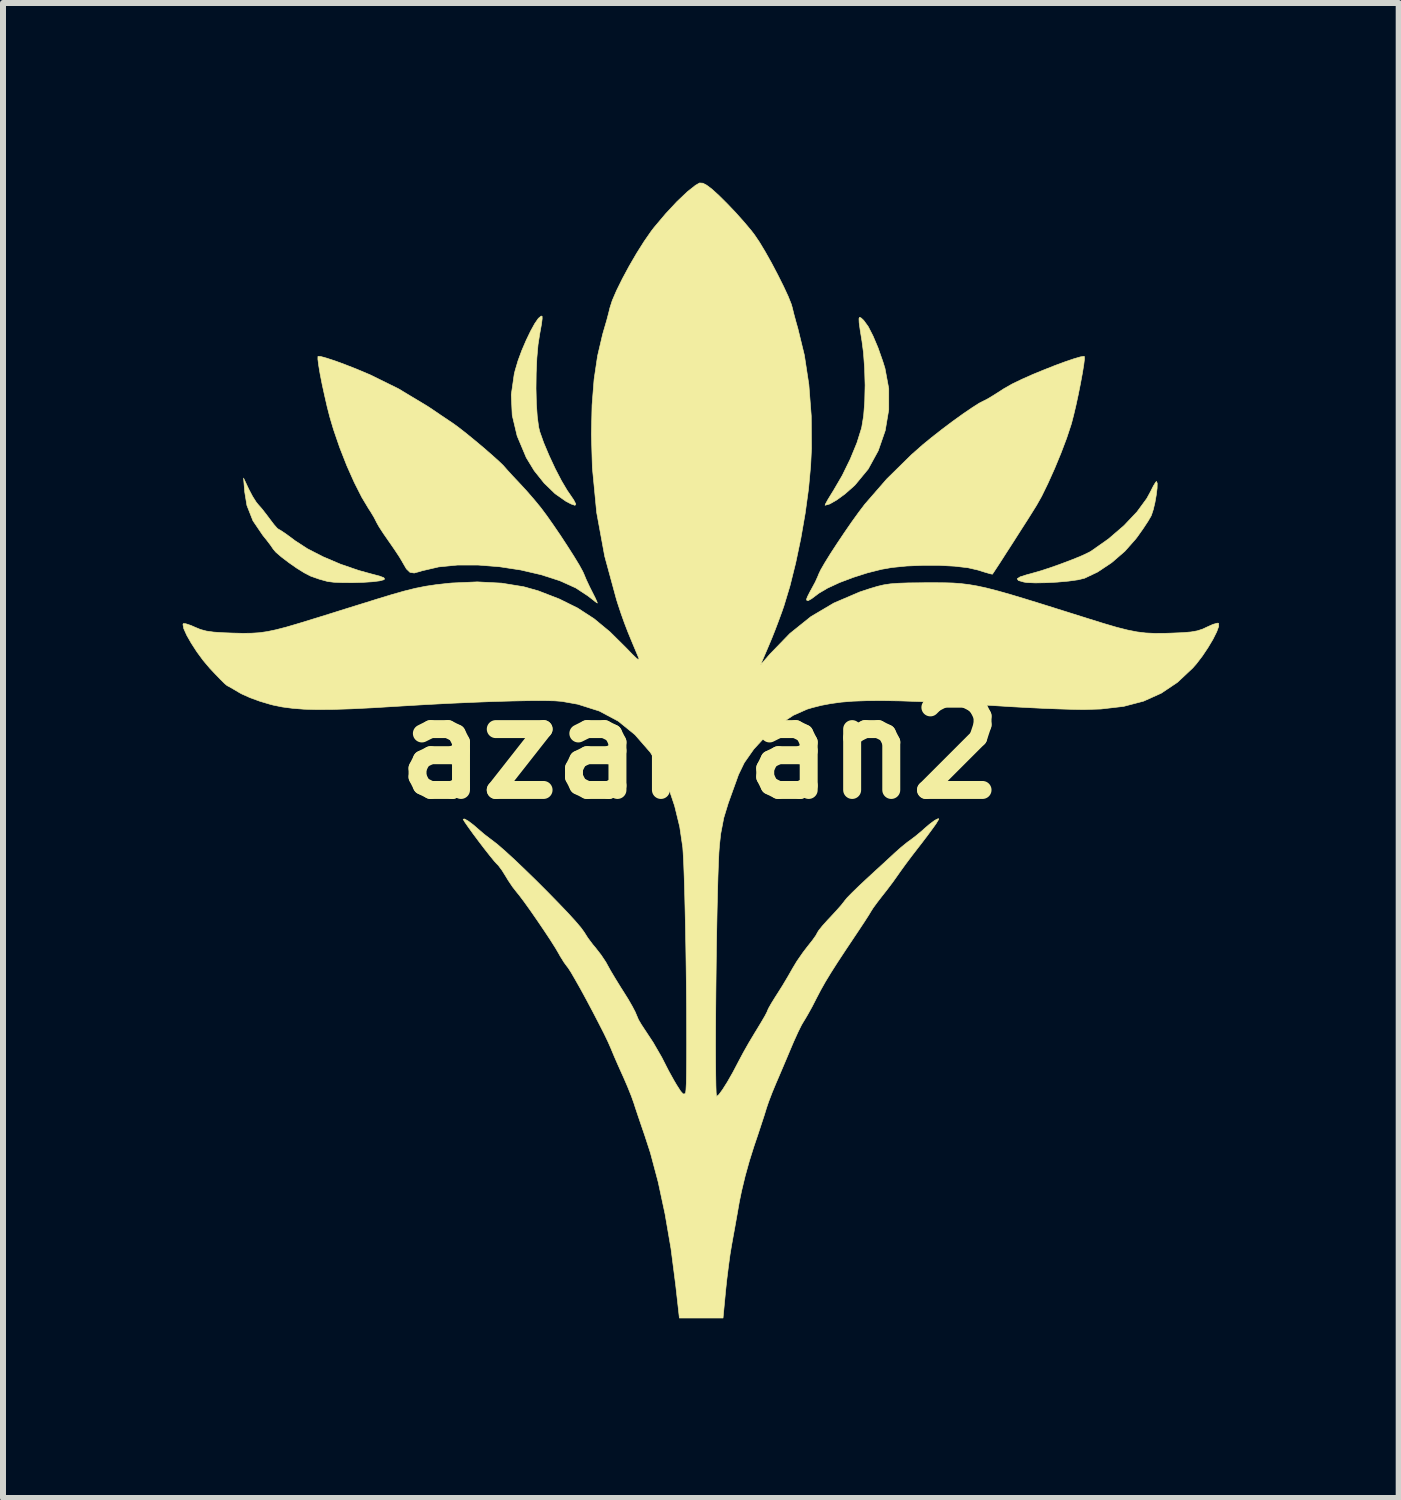
<source format=kicad_pcb>
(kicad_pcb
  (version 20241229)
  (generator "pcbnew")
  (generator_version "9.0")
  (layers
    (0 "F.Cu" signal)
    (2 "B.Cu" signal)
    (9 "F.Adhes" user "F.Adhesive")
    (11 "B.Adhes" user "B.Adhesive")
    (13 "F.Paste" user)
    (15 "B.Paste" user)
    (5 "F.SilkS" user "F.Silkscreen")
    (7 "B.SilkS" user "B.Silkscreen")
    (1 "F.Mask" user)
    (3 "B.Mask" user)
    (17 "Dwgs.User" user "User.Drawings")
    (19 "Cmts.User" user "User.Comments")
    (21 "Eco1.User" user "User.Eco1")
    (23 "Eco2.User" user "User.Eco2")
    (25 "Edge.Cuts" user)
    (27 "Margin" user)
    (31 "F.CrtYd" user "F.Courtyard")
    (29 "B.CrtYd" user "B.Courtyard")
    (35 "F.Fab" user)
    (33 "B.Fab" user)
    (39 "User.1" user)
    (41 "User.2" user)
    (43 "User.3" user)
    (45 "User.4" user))
  (footprint "azafran2"
    (layer "F.Cu")
    (at 8.639 9.451)
    (property "Reference" "azafran2" (at 0 0 0) (layer "F.SilkS") (effects (font (size 1.524 1.524) (thickness 0.3))))
    (attr through_hole)
    (fp_poly (pts (xy 2.692 -7.19) (xy 2.735 -7.149) (xy 2.736 -7.147) (xy 2.808 -7.048) (xy 2.888 -6.892) (xy 2.972 -6.694) (xy 3.051 -6.469) (xy 3.088 -6.351) (xy 3.151 -6.012) (xy 3.151 -5.661) (xy 3.092 -5.311) (xy 2.976 -4.976) (xy 2.808 -4.669) (xy 2.59 -4.405) (xy 2.563 -4.379) (xy 2.42 -4.253) (xy 2.283 -4.153) (xy 2.166 -4.086) (xy 2.088 -4.064) (xy 2.098 -4.092) (xy 2.139 -4.166) (xy 2.204 -4.272) (xy 2.227 -4.309) (xy 2.374 -4.561) (xy 2.508 -4.835) (xy 2.62 -5.107) (xy 2.696 -5.35) (xy 2.701 -5.372) (xy 2.732 -5.561) (xy 2.75 -5.8) (xy 2.756 -6.069) (xy 2.748 -6.347) (xy 2.729 -6.613) (xy 2.704 -6.804) (xy 2.674 -6.989) (xy 2.657 -7.112) (xy 2.654 -7.181) (xy 2.665 -7.204) (xy 2.692 -7.19)) (stroke (width 0.01) (type solid)) (fill yes) (layer "F.SilkS"))
    (fp_poly (pts (xy -2.637 -7.22) (xy -2.636 -7.179) (xy -2.648 -7.085) (xy -2.671 -6.958) (xy -2.676 -6.931) (xy -2.705 -6.746) (xy -2.725 -6.52) (xy -2.736 -6.27) (xy -2.739 -6.013) (xy -2.733 -5.766) (xy -2.718 -5.546) (xy -2.695 -5.371) (xy -2.676 -5.292) (xy -2.61 -5.106) (xy -2.52 -4.893) (xy -2.418 -4.674) (xy -2.313 -4.472) (xy -2.217 -4.31) (xy -2.191 -4.273) (xy -2.109 -4.152) (xy -2.074 -4.084) (xy -2.088 -4.063) (xy -2.152 -4.085) (xy -2.237 -4.129) (xy -2.419 -4.256) (xy -2.602 -4.433) (xy -2.769 -4.642) (xy -2.904 -4.864) (xy -2.904 -4.866) (xy -3.054 -5.222) (xy -3.136 -5.567) (xy -3.152 -5.909) (xy -3.102 -6.258) (xy -3.087 -6.317) (xy -3.039 -6.479) (xy -2.976 -6.649) (xy -2.904 -6.817) (xy -2.83 -6.971) (xy -2.76 -7.098) (xy -2.699 -7.186) (xy -2.653 -7.224) (xy -2.637 -7.22)) (stroke (width 0.01) (type solid)) (fill yes) (layer "F.SilkS"))
    (fp_poly (pts (xy 7.634 -4.431) (xy 7.632 -4.349) (xy 7.618 -4.236) (xy 7.596 -4.11) (xy 7.568 -3.992) (xy 7.538 -3.901) (xy 7.53 -3.883) (xy 7.478 -3.794) (xy 7.396 -3.67) (xy 7.301 -3.536) (xy 7.275 -3.502) (xy 7.093 -3.296) (xy 6.873 -3.106) (xy 6.637 -2.949) (xy 6.42 -2.846) (xy 6.313 -2.82) (xy 6.155 -2.798) (xy 5.968 -2.781) (xy 5.775 -2.771) (xy 5.597 -2.768) (xy 5.456 -2.774) (xy 5.407 -2.782) (xy 5.316 -2.808) (xy 5.296 -2.837) (xy 5.345 -2.869) (xy 5.465 -2.907) (xy 5.504 -2.917) (xy 5.658 -2.96) (xy 5.841 -3.019) (xy 6.035 -3.088) (xy 6.222 -3.159) (xy 6.383 -3.225) (xy 6.5 -3.281) (xy 6.531 -3.299) (xy 6.821 -3.503) (xy 7.079 -3.725) (xy 7.296 -3.954) (xy 7.46 -4.178) (xy 7.521 -4.29) (xy 7.57 -4.387) (xy 7.608 -4.449) (xy 7.622 -4.462) (xy 7.634 -4.431)) (stroke (width 0.01) (type solid)) (fill yes) (layer "F.SilkS"))
    (fp_poly (pts (xy -7.534 -4.331) (xy -7.472 -4.213) (xy -7.41 -4.115) (xy -7.378 -4.076) (xy -7.318 -4.008) (xy -7.239 -3.907) (xy -7.186 -3.836) (xy -7.116 -3.744) (xy -7.062 -3.682) (xy -7.04 -3.665) (xy -7.002 -3.644) (xy -6.921 -3.59) (xy -6.813 -3.511) (xy -6.763 -3.473) (xy -6.555 -3.338) (xy -6.296 -3.205) (xy -6.005 -3.081) (xy -5.703 -2.977) (xy -5.486 -2.917) (xy -5.352 -2.882) (xy -5.281 -2.855) (xy -5.267 -2.833) (xy -5.282 -2.82) (xy -5.35 -2.802) (xy -5.472 -2.787) (xy -5.629 -2.777) (xy -5.801 -2.772) (xy -5.97 -2.773) (xy -6.116 -2.779) (xy -6.221 -2.792) (xy -6.223 -2.793) (xy -6.36 -2.831) (xy -6.496 -2.879) (xy -6.506 -2.883) (xy -6.608 -2.936) (xy -6.735 -3.015) (xy -6.868 -3.108) (xy -6.99 -3.201) (xy -7.083 -3.281) (xy -7.127 -3.333) (xy -7.167 -3.392) (xy -7.237 -3.484) (xy -7.3 -3.562) (xy -7.465 -3.805) (xy -7.566 -4.061) (xy -7.603 -4.287) (xy -7.622 -4.518) (xy -7.534 -4.331)) (stroke (width 0.01) (type solid)) (fill yes) (layer "F.SilkS"))
    (fp_poly (pts (xy 6.417 -6.549) (xy 6.419 -6.507) (xy 6.407 -6.408) (xy 6.384 -6.267) (xy 6.353 -6.099) (xy 6.317 -5.918) (xy 6.278 -5.737) (xy 6.239 -5.572) (xy 6.204 -5.437) (xy 6.196 -5.41) (xy 6.122 -5.186) (xy 6.027 -4.935) (xy 5.92 -4.676) (xy 5.809 -4.429) (xy 5.704 -4.214) (xy 5.62 -4.065) (xy 5.556 -3.962) (xy 5.463 -3.814) (xy 5.35 -3.638) (xy 5.229 -3.448) (xy 5.109 -3.262) (xy 5.002 -3.095) (xy 4.916 -2.964) (xy 4.882 -2.913) (xy 4.848 -2.92) (xy 4.763 -2.944) (xy 4.646 -2.981) (xy 4.643 -2.982) (xy 4.474 -3.021) (xy 4.251 -3.047) (xy 3.994 -3.061) (xy 3.722 -3.061) (xy 3.451 -3.05) (xy 3.202 -3.025) (xy 3.031 -2.995) (xy 2.793 -2.935) (xy 2.552 -2.858) (xy 2.325 -2.772) (xy 2.131 -2.682) (xy 1.987 -2.597) (xy 1.965 -2.581) (xy 1.863 -2.504) (xy 1.804 -2.471) (xy 1.78 -2.48) (xy 1.778 -2.495) (xy 1.795 -2.54) (xy 1.838 -2.624) (xy 1.866 -2.675) (xy 1.925 -2.784) (xy 1.969 -2.882) (xy 1.98 -2.911) (xy 2.014 -2.983) (xy 2.082 -3.101) (xy 2.176 -3.253) (xy 2.288 -3.425) (xy 2.41 -3.607) (xy 2.532 -3.784) (xy 2.648 -3.945) (xy 2.748 -4.077) (xy 2.752 -4.082) (xy 3.118 -4.503) (xy 3.53 -4.908) (xy 3.719 -5.075) (xy 3.872 -5.2) (xy 4.043 -5.334) (xy 4.22 -5.467) (xy 4.391 -5.59) (xy 4.542 -5.693) (xy 4.661 -5.769) (xy 4.73 -5.804) (xy 4.808 -5.844) (xy 4.91 -5.906) (xy 4.946 -5.929) (xy 5.072 -6.01) (xy 5.209 -6.088) (xy 5.235 -6.101) (xy 5.381 -6.171) (xy 5.552 -6.247) (xy 5.737 -6.323) (xy 5.921 -6.396) (xy 6.094 -6.46) (xy 6.241 -6.51) (xy 6.351 -6.542) (xy 6.411 -6.551) (xy 6.417 -6.549)) (stroke (width 0.01) (type solid)) (fill yes) (layer "F.SilkS"))
    (fp_poly (pts (xy -6.336 -6.549) (xy -6.238 -6.522) (xy -6.097 -6.476) (xy -5.926 -6.413) (xy -5.735 -6.338) (xy -5.538 -6.255) (xy -5.524 -6.25) (xy -5.036 -6.01) (xy -4.543 -5.713) (xy -4.463 -5.66) (xy -4.331 -5.57) (xy -4.197 -5.48) (xy -4.118 -5.427) (xy -4.028 -5.361) (xy -3.904 -5.264) (xy -3.762 -5.148) (xy -3.615 -5.025) (xy -3.477 -4.905) (xy -3.362 -4.802) (xy -3.284 -4.727) (xy -3.266 -4.706) (xy -3.215 -4.648) (xy -3.131 -4.556) (xy -3.029 -4.448) (xy -3.012 -4.43) (xy -2.888 -4.295) (xy -2.76 -4.147) (xy -2.659 -4.024) (xy -2.561 -3.893) (xy -2.448 -3.732) (xy -2.328 -3.556) (xy -2.211 -3.377) (xy -2.104 -3.209) (xy -2.017 -3.066) (xy -1.959 -2.96) (xy -1.941 -2.921) (xy -1.902 -2.827) (xy -1.844 -2.703) (xy -1.803 -2.622) (xy -1.752 -2.521) (xy -1.721 -2.452) (xy -1.715 -2.431) (xy -1.746 -2.452) (xy -1.815 -2.506) (xy -1.864 -2.545) (xy -2.075 -2.684) (xy -2.344 -2.805) (xy -2.655 -2.905) (xy -2.995 -2.984) (xy -3.35 -3.038) (xy -3.706 -3.066) (xy -4.049 -3.066) (xy -4.364 -3.035) (xy -4.639 -2.971) (xy -4.674 -2.96) (xy -4.773 -2.933) (xy -4.843 -2.944) (xy -4.903 -3.002) (xy -4.97 -3.117) (xy -4.975 -3.127) (xy -5.02 -3.202) (xy -5.094 -3.314) (xy -5.182 -3.442) (xy -5.201 -3.469) (xy -5.287 -3.593) (xy -5.358 -3.702) (xy -5.401 -3.778) (xy -5.406 -3.789) (xy -5.445 -3.865) (xy -5.506 -3.966) (xy -5.531 -4.003) (xy -5.648 -4.198) (xy -5.773 -4.445) (xy -5.899 -4.728) (xy -6.017 -5.029) (xy -6.12 -5.329) (xy -6.181 -5.534) (xy -6.226 -5.709) (xy -6.269 -5.897) (xy -6.31 -6.084) (xy -6.344 -6.257) (xy -6.368 -6.401) (xy -6.381 -6.503) (xy -6.38 -6.55) (xy -6.379 -6.55) (xy -6.336 -6.549)) (stroke (width 0.01) (type solid)) (fill yes) (layer "F.SilkS"))
    (fp_poly (pts (xy 0.048 -9.442) (xy 0.112 -9.408) (xy 0.196 -9.345) (xy 0.313 -9.239) (xy 0.45 -9.103) (xy 0.595 -8.951) (xy 0.734 -8.795) (xy 0.856 -8.65) (xy 0.908 -8.582) (xy 0.992 -8.458) (xy 1.09 -8.295) (xy 1.195 -8.108) (xy 1.298 -7.912) (xy 1.393 -7.722) (xy 1.471 -7.554) (xy 1.524 -7.422) (xy 1.541 -7.362) (xy 1.566 -7.26) (xy 1.603 -7.123) (xy 1.634 -7.014) (xy 1.742 -6.571) (xy 1.817 -6.079) (xy 1.857 -5.556) (xy 1.861 -5.017) (xy 1.847 -4.724) (xy 1.812 -4.341) (xy 1.756 -3.931) (xy 1.683 -3.511) (xy 1.597 -3.101) (xy 1.502 -2.719) (xy 1.401 -2.384) (xy 1.367 -2.286) (xy 1.303 -2.112) (xy 1.251 -1.975) (xy 1.201 -1.849) (xy 1.141 -1.706) (xy 1.071 -1.542) (xy 1.009 -1.397) (xy 1.166 -1.578) (xy 1.499 -1.922) (xy 1.85 -2.204) (xy 2.235 -2.432) (xy 2.665 -2.616) (xy 2.844 -2.675) (xy 2.961 -2.71) (xy 3.067 -2.735) (xy 3.178 -2.752) (xy 3.309 -2.762) (xy 3.478 -2.768) (xy 3.699 -2.77) (xy 3.756 -2.771) (xy 3.933 -2.771) (xy 4.087 -2.77) (xy 4.226 -2.766) (xy 4.358 -2.756) (xy 4.489 -2.74) (xy 4.629 -2.716) (xy 4.785 -2.682) (xy 4.964 -2.636) (xy 5.174 -2.577) (xy 5.423 -2.502) (xy 5.718 -2.411) (xy 6.068 -2.301) (xy 6.459 -2.178) (xy 6.735 -2.092) (xy 6.956 -2.027) (xy 7.138 -1.981) (xy 7.295 -1.95) (xy 7.441 -1.932) (xy 7.592 -1.925) (xy 7.761 -1.926) (xy 7.857 -1.929) (xy 8.055 -1.937) (xy 8.198 -1.949) (xy 8.304 -1.968) (xy 8.393 -1.997) (xy 8.463 -2.03) (xy 8.563 -2.075) (xy 8.636 -2.096) (xy 8.658 -2.094) (xy 8.661 -2.044) (xy 8.627 -1.951) (xy 8.565 -1.827) (xy 8.482 -1.688) (xy 8.387 -1.546) (xy 8.287 -1.415) (xy 8.223 -1.343) (xy 7.971 -1.107) (xy 7.701 -0.926) (xy 7.405 -0.793) (xy 7.073 -0.706) (xy 6.694 -0.662) (xy 6.404 -0.653) (xy 6.231 -0.656) (xy 6.002 -0.663) (xy 5.738 -0.673) (xy 5.455 -0.687) (xy 5.172 -0.702) (xy 5.069 -0.709) (xy 4.543 -0.741) (xy 4.084 -0.767) (xy 3.684 -0.786) (xy 3.338 -0.798) (xy 3.038 -0.803) (xy 2.78 -0.801) (xy 2.555 -0.793) (xy 2.359 -0.777) (xy 2.184 -0.753) (xy 2.025 -0.723) (xy 1.875 -0.685) (xy 1.788 -0.659) (xy 1.558 -0.557) (xy 1.323 -0.402) (xy 1.097 -0.209) (xy 0.897 0.009) (xy 0.738 0.236) (xy 0.642 0.435) (xy 0.602 0.547) (xy 0.547 0.699) (xy 0.488 0.863) (xy 0.472 0.907) (xy 0.396 1.156) (xy 0.345 1.422) (xy 0.324 1.615) (xy 0.315 1.738) (xy 0.307 1.916) (xy 0.299 2.14) (xy 0.292 2.402) (xy 0.285 2.696) (xy 0.279 3.012) (xy 0.273 3.343) (xy 0.269 3.683) (xy 0.265 4.022) (xy 0.262 4.353) (xy 0.26 4.668) (xy 0.259 4.961) (xy 0.26 5.222) (xy 0.262 5.444) (xy 0.265 5.62) (xy 0.269 5.741) (xy 0.275 5.801) (xy 0.278 5.806) (xy 0.316 5.775) (xy 0.378 5.69) (xy 0.458 5.563) (xy 0.548 5.405) (xy 0.642 5.226) (xy 0.652 5.207) (xy 0.724 5.072) (xy 0.818 4.906) (xy 0.917 4.741) (xy 0.943 4.699) (xy 1.021 4.57) (xy 1.083 4.464) (xy 1.119 4.395) (xy 1.124 4.38) (xy 1.143 4.337) (xy 1.192 4.251) (xy 1.262 4.138) (xy 1.282 4.107) (xy 1.375 3.96) (xy 1.467 3.806) (xy 1.539 3.68) (xy 1.539 3.679) (xy 1.618 3.548) (xy 1.72 3.401) (xy 1.799 3.298) (xy 1.879 3.197) (xy 1.936 3.116) (xy 1.959 3.073) (xy 1.959 3.072) (xy 1.983 3.034) (xy 2.045 2.957) (xy 2.135 2.857) (xy 2.172 2.818) (xy 2.274 2.708) (xy 2.358 2.613) (xy 2.409 2.548) (xy 2.417 2.537) (xy 2.455 2.491) (xy 2.536 2.408) (xy 2.647 2.3) (xy 2.776 2.179) (xy 2.919 2.047) (xy 3.059 1.919) (xy 3.177 1.81) (xy 3.248 1.744) (xy 3.355 1.649) (xy 3.462 1.562) (xy 3.506 1.531) (xy 3.607 1.454) (xy 3.717 1.362) (xy 3.738 1.342) (xy 3.83 1.263) (xy 3.912 1.202) (xy 3.932 1.19) (xy 3.98 1.167) (xy 3.986 1.178) (xy 3.951 1.236) (xy 3.939 1.256) (xy 3.886 1.33) (xy 3.803 1.443) (xy 3.703 1.575) (xy 3.65 1.643) (xy 3.538 1.788) (xy 3.428 1.935) (xy 3.339 2.058) (xy 3.312 2.097) (xy 3.222 2.224) (xy 3.114 2.367) (xy 3.046 2.453) (xy 2.961 2.563) (xy 2.89 2.66) (xy 2.854 2.717) (xy 2.816 2.78) (xy 2.748 2.886) (xy 2.662 3.016) (xy 2.61 3.094) (xy 2.435 3.356) (xy 2.294 3.57) (xy 2.182 3.746) (xy 2.091 3.896) (xy 2.015 4.031) (xy 1.947 4.161) (xy 1.941 4.173) (xy 1.869 4.313) (xy 1.799 4.439) (xy 1.746 4.529) (xy 1.738 4.541) (xy 1.694 4.615) (xy 1.634 4.737) (xy 1.566 4.887) (xy 1.528 4.976) (xy 1.45 5.161) (xy 1.366 5.359) (xy 1.29 5.537) (xy 1.268 5.588) (xy 1.204 5.742) (xy 1.146 5.894) (xy 1.105 6.014) (xy 1.103 6.023) (xy 1.073 6.12) (xy 1.025 6.266) (xy 0.967 6.443) (xy 0.903 6.632) (xy 0.894 6.66) (xy 0.823 6.886) (xy 0.753 7.138) (xy 0.694 7.383) (xy 0.656 7.567) (xy 0.62 7.773) (xy 0.582 7.987) (xy 0.547 8.18) (xy 0.527 8.291) (xy 0.501 8.447) (xy 0.474 8.648) (xy 0.447 8.865) (xy 0.428 9.044) (xy 0.384 9.507) (xy -0.345 9.507) (xy -0.407 8.954) (xy -0.485 8.348) (xy -0.584 7.771) (xy -0.699 7.235) (xy -0.828 6.751) (xy -0.923 6.459) (xy -0.982 6.287) (xy -1.04 6.116) (xy -1.087 5.975) (xy -1.102 5.927) (xy -1.146 5.803) (xy -1.21 5.644) (xy -1.28 5.482) (xy -1.292 5.456) (xy -1.363 5.298) (xy -1.432 5.14) (xy -1.485 5.013) (xy -1.492 4.996) (xy -1.537 4.894) (xy -1.606 4.751) (xy -1.694 4.579) (xy -1.792 4.39) (xy -1.894 4.198) (xy -1.993 4.016) (xy -2.083 3.857) (xy -2.155 3.733) (xy -2.204 3.657) (xy -2.213 3.647) (xy -2.271 3.568) (xy -2.337 3.462) (xy -2.355 3.429) (xy -2.411 3.333) (xy -2.497 3.197) (xy -2.603 3.037) (xy -2.719 2.866) (xy -2.834 2.7) (xy -2.938 2.555) (xy -3.021 2.445) (xy -3.062 2.395) (xy -3.13 2.308) (xy -3.207 2.193) (xy -3.24 2.138) (xy -3.306 2.032) (xy -3.368 1.949) (xy -3.395 1.922) (xy -3.436 1.877) (xy -3.507 1.79) (xy -3.596 1.677) (xy -3.693 1.55) (xy -3.788 1.423) (xy -3.87 1.309) (xy -3.929 1.224) (xy -3.955 1.18) (xy -3.955 1.178) (xy -3.931 1.174) (xy -3.868 1.21) (xy -3.781 1.276) (xy -3.712 1.336) (xy -3.605 1.428) (xy -3.492 1.515) (xy -3.476 1.526) (xy -3.382 1.599) (xy -3.252 1.712) (xy -3.095 1.856) (xy -2.92 2.023) (xy -2.736 2.202) (xy -2.552 2.386) (xy -2.376 2.566) (xy -2.217 2.732) (xy -2.085 2.876) (xy -1.988 2.99) (xy -1.935 3.063) (xy -1.933 3.066) (xy -1.875 3.158) (xy -1.792 3.269) (xy -1.745 3.325) (xy -1.654 3.442) (xy -1.572 3.565) (xy -1.544 3.616) (xy -1.492 3.71) (xy -1.413 3.842) (xy -1.323 3.988) (xy -1.286 4.046) (xy -1.2 4.183) (xy -1.129 4.307) (xy -1.081 4.399) (xy -1.07 4.426) (xy -1.028 4.525) (xy -0.979 4.608) (xy -0.782 4.907) (xy -0.637 5.158) (xy -0.595 5.241) (xy -0.523 5.382) (xy -0.437 5.537) (xy -0.391 5.615) (xy -0.325 5.718) (xy -0.283 5.765) (xy -0.255 5.764) (xy -0.241 5.746) (xy -0.235 5.697) (xy -0.229 5.584) (xy -0.226 5.414) (xy -0.224 5.196) (xy -0.223 4.937) (xy -0.224 4.647) (xy -0.225 4.332) (xy -0.228 4.001) (xy -0.232 3.662) (xy -0.237 3.323) (xy -0.243 2.993) (xy -0.25 2.678) (xy -0.257 2.387) (xy -0.265 2.129) (xy -0.273 1.911) (xy -0.282 1.742) (xy -0.288 1.651) (xy -0.339 1.305) (xy -0.424 0.957) (xy -0.536 0.623) (xy -0.671 0.323) (xy -0.821 0.076) (xy -0.835 0.056) (xy -1.087 -0.233) (xy -1.367 -0.46) (xy -1.682 -0.628) (xy -2.041 -0.742) (xy -2.31 -0.79) (xy -2.428 -0.799) (xy -2.61 -0.803) (xy -2.848 -0.802) (xy -3.134 -0.796) (xy -3.46 -0.787) (xy -3.818 -0.773) (xy -4.199 -0.756) (xy -4.595 -0.735) (xy -4.999 -0.711) (xy -5.032 -0.709) (xy -5.46 -0.683) (xy -5.824 -0.665) (xy -6.133 -0.655) (xy -6.394 -0.653) (xy -6.615 -0.659) (xy -6.805 -0.674) (xy -6.973 -0.696) (xy -7.126 -0.727) (xy -7.176 -0.74) (xy -7.348 -0.791) (xy -7.515 -0.852) (xy -7.649 -0.912) (xy -7.683 -0.93) (xy -7.786 -0.991) (xy -7.866 -1.037) (xy -7.896 -1.052) (xy -7.936 -1.085) (xy -8.012 -1.16) (xy -8.112 -1.264) (xy -8.186 -1.343) (xy -8.295 -1.472) (xy -8.401 -1.616) (xy -8.495 -1.761) (xy -8.571 -1.894) (xy -8.62 -2.003) (xy -8.634 -2.073) (xy -8.628 -2.089) (xy -8.586 -2.086) (xy -8.501 -2.058) (xy -8.431 -2.027) (xy -8.341 -1.99) (xy -8.244 -1.964) (xy -8.124 -1.947) (xy -7.961 -1.936) (xy -7.801 -1.93) (xy -7.633 -1.926) (xy -7.49 -1.928) (xy -7.359 -1.936) (xy -7.226 -1.955) (xy -7.079 -1.986) (xy -6.905 -2.031) (xy -6.691 -2.094) (xy -6.425 -2.176) (xy -6.35 -2.199) (xy -6.122 -2.27) (xy -5.877 -2.347) (xy -5.642 -2.42) (xy -5.446 -2.481) (xy -5.425 -2.488) (xy -5.156 -2.57) (xy -4.938 -2.632) (xy -4.753 -2.678) (xy -4.582 -2.712) (xy -4.407 -2.738) (xy -4.21 -2.76) (xy -4.147 -2.766) (xy -3.72 -2.785) (xy -3.314 -2.764) (xy -2.945 -2.704) (xy -2.703 -2.636) (xy -2.349 -2.499) (xy -2.044 -2.348) (xy -1.77 -2.17) (xy -1.506 -1.952) (xy -1.242 -1.691) (xy -1.128 -1.573) (xy -1.057 -1.505) (xy -1.023 -1.484) (xy -1.021 -1.505) (xy -1.032 -1.534) (xy -1.128 -1.762) (xy -1.203 -1.944) (xy -1.263 -2.1) (xy -1.317 -2.251) (xy -1.372 -2.417) (xy -1.395 -2.49) (xy -1.592 -3.213) (xy -1.726 -3.943) (xy -1.798 -4.694) (xy -1.814 -5.249) (xy -1.803 -5.736) (xy -1.769 -6.168) (xy -1.711 -6.558) (xy -1.626 -6.92) (xy -1.602 -7.003) (xy -1.56 -7.146) (xy -1.525 -7.279) (xy -1.505 -7.361) (xy -1.466 -7.483) (xy -1.394 -7.65) (xy -1.296 -7.848) (xy -1.182 -8.06) (xy -1.058 -8.273) (xy -0.933 -8.471) (xy -0.815 -8.641) (xy -0.769 -8.701) (xy -0.576 -8.93) (xy -0.386 -9.134) (xy -0.211 -9.3) (xy -0.076 -9.407) (xy -0.008 -9.446) (xy 0.048 -9.442)) (stroke (width 0.01) (type solid)) (fill yes) (layer "F.SilkS")))
  (gr_rect
    (start -3 -3)
    (end 20.305 21.963)
    (stroke (width 0.1) (type default))
    (fill no)
    (layer "Edge.Cuts")))
</source>
